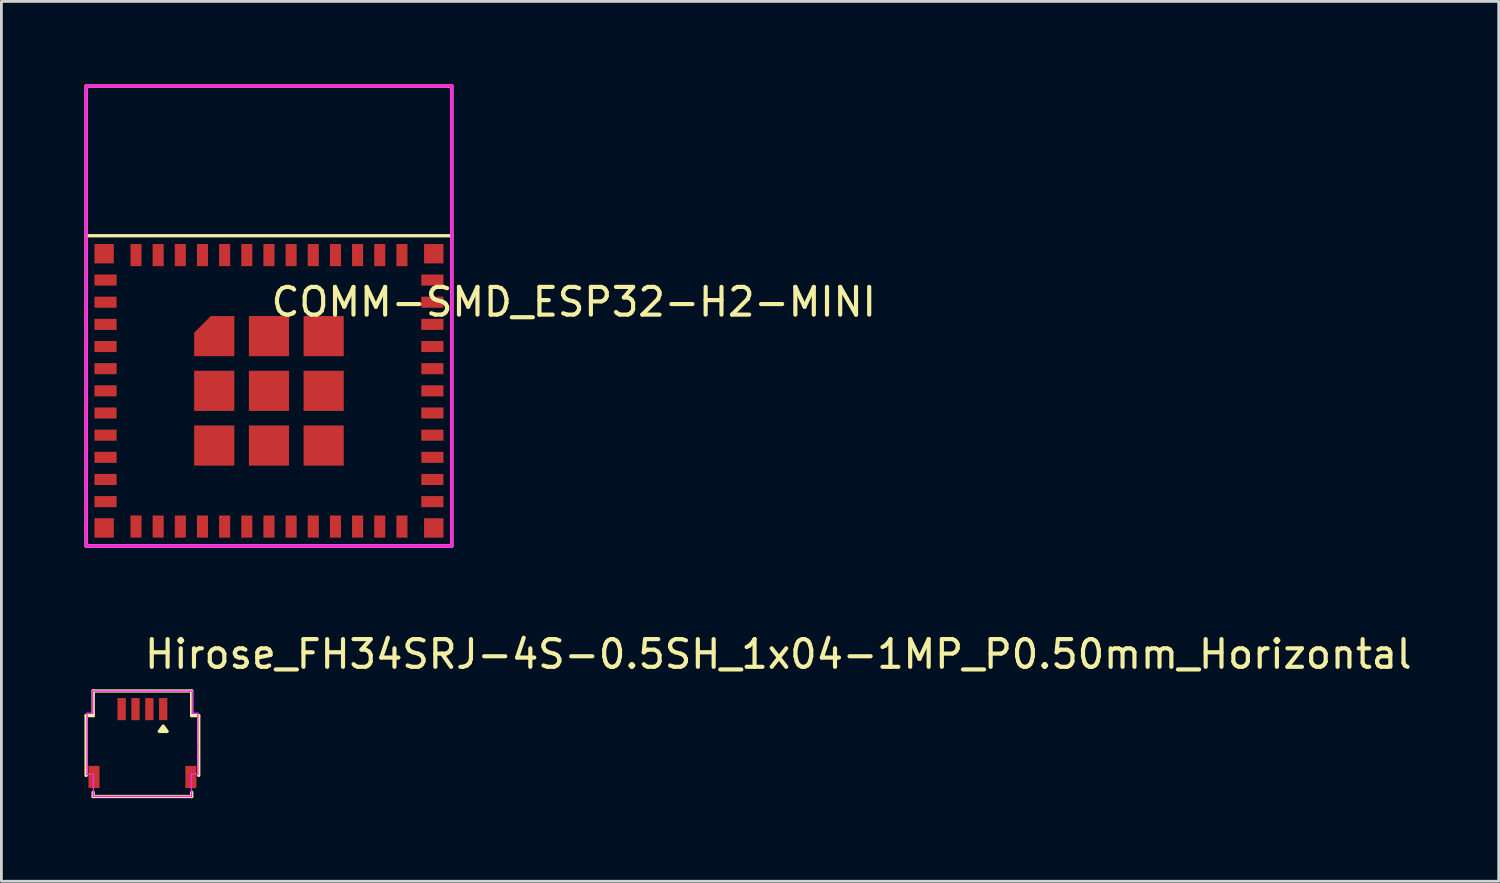
<source format=kicad_pcb>
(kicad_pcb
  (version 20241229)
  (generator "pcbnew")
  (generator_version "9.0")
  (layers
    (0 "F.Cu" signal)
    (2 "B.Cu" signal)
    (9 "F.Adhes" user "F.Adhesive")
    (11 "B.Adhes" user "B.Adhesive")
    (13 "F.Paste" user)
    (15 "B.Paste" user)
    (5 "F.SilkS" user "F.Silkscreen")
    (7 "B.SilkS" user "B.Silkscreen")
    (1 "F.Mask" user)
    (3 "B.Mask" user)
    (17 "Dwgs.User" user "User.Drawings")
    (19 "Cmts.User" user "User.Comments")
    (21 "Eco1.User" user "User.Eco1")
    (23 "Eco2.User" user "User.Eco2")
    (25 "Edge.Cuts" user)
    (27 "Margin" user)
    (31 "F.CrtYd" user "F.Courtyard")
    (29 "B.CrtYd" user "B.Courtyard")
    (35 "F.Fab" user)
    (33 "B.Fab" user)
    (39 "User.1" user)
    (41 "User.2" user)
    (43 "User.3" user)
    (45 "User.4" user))
  (footprint "COMM-SMD_ESP32-H2-MINI"
    (layer "F.Cu")
    (at 6.66 11.06)
    (property "Reference" "COMM-SMD_ESP32-H2-MINI" (at 0 -3.207 0) (layer "F.SilkS") (effects (font (size 1 1) (thickness 0.15)) (justify left)))
    (attr smd)
    (fp_line (start -6.6 -11) (end 6.6 -11) (stroke (width 0.12) (type solid)) (layer "F.SilkS"))
    (fp_line (start -6.6 5.6) (end -6.6 -11) (stroke (width 0.12) (type solid)) (layer "F.SilkS"))
    (fp_line (start -6.6 5.6) (end 6.6 5.6) (stroke (width 0.12) (type solid)) (layer "F.SilkS"))
    (fp_line (start 6.6 -5.6) (end -6.6 -5.6) (stroke (width 0.12) (type solid)) (layer "F.SilkS"))
    (fp_line (start 6.6 5.6) (end 6.6 -11) (stroke (width 0.12) (type solid)) (layer "F.SilkS"))
    (fp_line (start -6.6 -11) (end 6.6 -11) (stroke (width 0.12) (type solid)) (layer "F.CrtYd"))
    (fp_line (start -6.6 5.6) (end -6.6 -11) (stroke (width 0.12) (type solid)) (layer "F.CrtYd"))
    (fp_line (start 6.6 -11) (end 6.6 5.6) (stroke (width 0.12) (type solid)) (layer "F.CrtYd"))
    (fp_line (start 6.6 5.6) (end -6.6 5.6) (stroke (width 0.12) (type solid)) (layer "F.CrtYd"))
    (pad "1" smd rect (at -5.9 -4 90) (size 0.4 0.8) (layers "F.Cu" "F.Mask" "F.Paste"))
    (pad "2" smd rect (at -5.9 -3.2 90) (size 0.4 0.8) (layers "F.Cu" "F.Mask" "F.Paste"))
    (pad "3" smd rect (at -5.9 -2.4 90) (size 0.4 0.8) (layers "F.Cu" "F.Mask" "F.Paste"))
    (pad "4" smd rect (at -5.9 -1.6 90) (size 0.4 0.8) (layers "F.Cu" "F.Mask" "F.Paste"))
    (pad "5" smd rect (at -5.9 -0.8 90) (size 0.4 0.8) (layers "F.Cu" "F.Mask" "F.Paste"))
    (pad "6" smd rect (at -5.9 0 90) (size 0.4 0.8) (layers "F.Cu" "F.Mask" "F.Paste"))
    (pad "7" smd rect (at -5.9 0.8 90) (size 0.4 0.8) (layers "F.Cu" "F.Mask" "F.Paste"))
    (pad "8" smd rect (at -5.9 1.6 90) (size 0.4 0.8) (layers "F.Cu" "F.Mask" "F.Paste"))
    (pad "9" smd rect (at -5.9 2.4 90) (size 0.4 0.8) (layers "F.Cu" "F.Mask" "F.Paste"))
    (pad "10" smd rect (at -5.9 3.2 90) (size 0.4 0.8) (layers "F.Cu" "F.Mask" "F.Paste"))
    (pad "11" smd rect (at -5.9 4 90) (size 0.4 0.8) (layers "F.Cu" "F.Mask" "F.Paste"))
    (pad "12" smd rect (at -4.8 4.9 180) (size 0.4 0.8) (layers "F.Cu" "F.Mask" "F.Paste"))
    (pad "13" smd rect (at -4 4.9 180) (size 0.4 0.8) (layers "F.Cu" "F.Mask" "F.Paste"))
    (pad "14" smd rect (at -3.2 4.9 180) (size 0.4 0.8) (layers "F.Cu" "F.Mask" "F.Paste"))
    (pad "15" smd rect (at -2.4 4.9 180) (size 0.4 0.8) (layers "F.Cu" "F.Mask" "F.Paste"))
    (pad "16" smd rect (at -1.6 4.9 180) (size 0.4 0.8) (layers "F.Cu" "F.Mask" "F.Paste"))
    (pad "17" smd rect (at -0.8 4.9 180) (size 0.4 0.8) (layers "F.Cu" "F.Mask" "F.Paste"))
    (pad "18" smd rect (at 0 4.9 180) (size 0.4 0.8) (layers "F.Cu" "F.Mask" "F.Paste"))
    (pad "19" smd rect (at 0.8 4.9 180) (size 0.4 0.8) (layers "F.Cu" "F.Mask" "F.Paste"))
    (pad "20" smd rect (at 1.6 4.9 180) (size 0.4 0.8) (layers "F.Cu" "F.Mask" "F.Paste"))
    (pad "21" smd rect (at 2.4 4.9 180) (size 0.4 0.8) (layers "F.Cu" "F.Mask" "F.Paste"))
    (pad "22" smd rect (at 3.2 4.9 180) (size 0.4 0.8) (layers "F.Cu" "F.Mask" "F.Paste"))
    (pad "23" smd rect (at 4 4.9 180) (size 0.4 0.8) (layers "F.Cu" "F.Mask" "F.Paste"))
    (pad "24" smd rect (at 4.8 4.9 180) (size 0.4 0.8) (layers "F.Cu" "F.Mask" "F.Paste"))
    (pad "25" smd rect (at 5.9 4 270) (size 0.4 0.8) (layers "F.Cu" "F.Mask" "F.Paste"))
    (pad "26" smd rect (at 5.9 3.2 270) (size 0.4 0.8) (layers "F.Cu" "F.Mask" "F.Paste"))
    (pad "27" smd rect (at 5.9 2.4 270) (size 0.4 0.8) (layers "F.Cu" "F.Mask" "F.Paste"))
    (pad "28" smd rect (at 5.9 1.6 270) (size 0.4 0.8) (layers "F.Cu" "F.Mask" "F.Paste"))
    (pad "29" smd rect (at 5.9 0.8 270) (size 0.4 0.8) (layers "F.Cu" "F.Mask" "F.Paste"))
    (pad "30" smd rect (at 5.9 0 270) (size 0.4 0.8) (layers "F.Cu" "F.Mask" "F.Paste"))
    (pad "31" smd rect (at 5.9 -0.8 270) (size 0.4 0.8) (layers "F.Cu" "F.Mask" "F.Paste"))
    (pad "32" smd rect (at 5.9 -1.6 270) (size 0.4 0.8) (layers "F.Cu" "F.Mask" "F.Paste"))
    (pad "33" smd rect (at 5.9 -2.4 270) (size 0.4 0.8) (layers "F.Cu" "F.Mask" "F.Paste"))
    (pad "34" smd rect (at 5.9 -3.2 270) (size 0.4 0.8) (layers "F.Cu" "F.Mask" "F.Paste"))
    (pad "35" smd rect (at 5.9 -4 270) (size 0.4 0.8) (layers "F.Cu" "F.Mask" "F.Paste"))
    (pad "36" smd rect (at 4.8 -4.9) (size 0.4 0.8) (layers "F.Cu" "F.Mask" "F.Paste"))
    (pad "37" smd rect (at 4 -4.9) (size 0.4 0.8) (layers "F.Cu" "F.Mask" "F.Paste"))
    (pad "38" smd rect (at 3.2 -4.9) (size 0.4 0.8) (layers "F.Cu" "F.Mask" "F.Paste"))
    (pad "39" smd rect (at 2.4 -4.9) (size 0.4 0.8) (layers "F.Cu" "F.Mask" "F.Paste"))
    (pad "40" smd rect (at 1.6 -4.9) (size 0.4 0.8) (layers "F.Cu" "F.Mask" "F.Paste"))
    (pad "41" smd rect (at 0.8 -4.9) (size 0.4 0.8) (layers "F.Cu" "F.Mask" "F.Paste"))
    (pad "42" smd rect (at 0 -4.9) (size 0.4 0.8) (layers "F.Cu" "F.Mask" "F.Paste"))
    (pad "43" smd rect (at -0.8 -4.9) (size 0.4 0.8) (layers "F.Cu" "F.Mask" "F.Paste"))
    (pad "44" smd rect (at -1.6 -4.9) (size 0.4 0.8) (layers "F.Cu" "F.Mask" "F.Paste"))
    (pad "45" smd rect (at -2.4 -4.9) (size 0.4 0.8) (layers "F.Cu" "F.Mask" "F.Paste"))
    (pad "46" smd rect (at -3.2 -4.9) (size 0.4 0.8) (layers "F.Cu" "F.Mask" "F.Paste"))
    (pad "47" smd rect (at -4 -4.9) (size 0.4 0.8) (layers "F.Cu" "F.Mask" "F.Paste"))
    (pad "48" smd rect (at -4.8 -4.9) (size 0.4 0.8) (layers "F.Cu" "F.Mask" "F.Paste"))
    (pad "49" smd rect (at -1.975 0) (size 1.45 1.45) (layers "F.Cu" "F.Mask" "F.Paste"))
    (pad "49" smd rect (at -1.975 1.975) (size 1.45 1.45) (layers "F.Cu" "F.Mask" "F.Paste"))
    (pad "49" smd custom (at -1.854 -1.829) (size 0.057 0.025) (layers "F.Cu" "F.Mask" "F.Paste") (options (anchor rect)) (primitives (gr_poly (pts (xy -0.846 -0.271) (xy -0.246 -0.871) (xy 0.604 -0.871) (xy 0.604 0.579) (xy -0.846 0.579)) (width 0) (fill yes))))
    (pad "49" smd rect (at 0 -1.975) (size 1.45 1.45) (layers "F.Cu" "F.Mask" "F.Paste"))
    (pad "49" smd rect (at 0 0) (size 1.45 1.45) (layers "F.Cu" "F.Mask" "F.Paste"))
    (pad "49" smd rect (at 0 1.975) (size 1.45 1.45) (layers "F.Cu" "F.Mask" "F.Paste"))
    (pad "49" smd rect (at 1.975 -1.975) (size 1.45 1.45) (layers "F.Cu" "F.Mask" "F.Paste"))
    (pad "49" smd rect (at 1.975 0) (size 1.45 1.45) (layers "F.Cu" "F.Mask" "F.Paste"))
    (pad "49" smd rect (at 1.975 1.975) (size 1.45 1.45) (layers "F.Cu" "F.Mask" "F.Paste"))
    (pad "50" smd rect (at 5.95 -4.95) (size 0.7 0.7) (layers "F.Cu" "F.Mask" "F.Paste"))
    (pad "51" smd rect (at 5.95 4.95) (size 0.7 0.7) (layers "F.Cu" "F.Mask" "F.Paste"))
    (pad "52" smd rect (at -5.95 4.95) (size 0.7 0.7) (layers "F.Cu" "F.Mask" "F.Paste"))
    (pad "53" smd rect (at -5.95 -4.95) (size 0.7 0.7) (layers "F.Cu" "F.Mask" "F.Paste")))
  (footprint "Hirose_FH34SRJ-4S-0.5SH_1x04-1MP_P0.50mm_Horizontal"
    (layer "F.Cu")
    (at 2.092 23.775)
    (property "Reference" "Hirose_FH34SRJ-4S-0.5SH_1x04-1MP_P0.50mm_Horizontal" (at 0 -3.207 0) (layer "F.SilkS") (effects (font (size 1 1) (thickness 0.15)) (justify left)))
    (attr smd)
    (fp_line (start -2.032 -0.991) (end -2.032 1.168) (stroke (width 0.12) (type solid)) (layer "F.SilkS"))
    (fp_line (start -1.778 -1.88) (end -1.778 -0.991) (stroke (width 0.12) (type solid)) (layer "F.SilkS"))
    (fp_line (start -1.778 -0.991) (end -2.032 -0.991) (stroke (width 0.12) (type solid)) (layer "F.SilkS"))
    (fp_line (start -1.778 1.93) (end -1.778 1.779) (stroke (width 0.12) (type solid)) (layer "F.SilkS"))
    (fp_line (start -1.778 1.93) (end 1.778 1.93) (stroke (width 0.12) (type solid)) (layer "F.SilkS"))
    (fp_line (start 1.778 -1.88) (end -1.778 -1.88) (stroke (width 0.12) (type solid)) (layer "F.SilkS"))
    (fp_line (start 1.778 -0.991) (end 1.778 -1.88) (stroke (width 0.12) (type solid)) (layer "F.SilkS"))
    (fp_line (start 1.778 1.93) (end 1.778 1.779) (stroke (width 0.12) (type solid)) (layer "F.SilkS"))
    (fp_line (start 2.032 -0.991) (end 1.778 -0.991) (stroke (width 0.12) (type solid)) (layer "F.SilkS"))
    (fp_line (start 2.032 1.168) (end 2.032 -0.991) (stroke (width 0.12) (type solid)) (layer "F.SilkS"))
    (fp_poly (pts (xy 0.749 -0.61) (xy 0.889 -0.42) (xy 0.609 -0.42) (xy 0.749 -0.61)) (stroke (width 0.12) (type solid)) (fill yes) (layer "F.SilkS"))
    (fp_circle (center 2 -1.875) (end 2.03 -1.875) (stroke (width 0.06) (type solid)) (fill no) (layer "Eco2.User"))
    (fp_poly (pts (xy -1.765 0.975) (xy -1.615 0.975) (xy -1.615 1.475) (xy -1.765 1.475)) (stroke (width 0.12) (type solid)) (fill no) (layer "Eco2.User"))
    (fp_poly (pts (xy -0.825 -1.425) (xy -0.675 -1.425) (xy -0.675 -0.925) (xy -0.825 -0.925)) (stroke (width 0.12) (type solid)) (fill no) (layer "Eco2.User"))
    (fp_poly (pts (xy -0.325 -1.425) (xy -0.175 -1.425) (xy -0.175 -0.925) (xy -0.325 -0.925)) (stroke (width 0.12) (type solid)) (fill no) (layer "Eco2.User"))
    (fp_poly (pts (xy 0.175 -1.425) (xy 0.325 -1.425) (xy 0.325 -0.925) (xy 0.175 -0.925)) (stroke (width 0.12) (type solid)) (fill no) (layer "Eco2.User"))
    (fp_poly (pts (xy 0.675 -1.425) (xy 0.825 -1.425) (xy 0.825 -0.925) (xy 0.675 -0.925)) (stroke (width 0.12) (type solid)) (fill no) (layer "Eco2.User"))
    (fp_poly (pts (xy 1.615 0.975) (xy 1.765 0.975) (xy 1.765 1.475) (xy 1.615 1.475)) (stroke (width 0.12) (type solid)) (fill no) (layer "Eco2.User"))
    (fp_line (start -2 -1.075) (end -1.8 -1.075) (stroke (width 0.05) (type solid)) (layer "F.CrtYd"))
    (fp_line (start -2 1.125) (end -2 -1.075) (stroke (width 0.05) (type solid)) (layer "F.CrtYd"))
    (fp_line (start -1.8 -1.875) (end 1.8 -1.875) (stroke (width 0.05) (type solid)) (layer "F.CrtYd"))
    (fp_line (start -1.8 -1.075) (end -1.8 -1.875) (stroke (width 0.05) (type solid)) (layer "F.CrtYd"))
    (fp_line (start -1.771 1.925) (end -1.77 1.125) (stroke (width 0.05) (type solid)) (layer "F.CrtYd"))
    (fp_line (start -1.77 1.125) (end -2 1.125) (stroke (width 0.05) (type solid)) (layer "F.CrtYd"))
    (fp_line (start 1.77 1.125) (end 1.77 1.925) (stroke (width 0.05) (type solid)) (layer "F.CrtYd"))
    (fp_line (start 1.77 1.925) (end -1.771 1.925) (stroke (width 0.05) (type solid)) (layer "F.CrtYd"))
    (fp_line (start 1.8 -1.875) (end 1.8 -1.075) (stroke (width 0.05) (type solid)) (layer "F.CrtYd"))
    (fp_line (start 1.8 -1.075) (end 2 -1.075) (stroke (width 0.05) (type solid)) (layer "F.CrtYd"))
    (fp_line (start 2 -1.075) (end 2 0.053) (stroke (width 0.05) (type solid)) (layer "F.CrtYd"))
    (fp_line (start 2 0.053) (end 2 1.126) (stroke (width 0.05) (type solid)) (layer "F.CrtYd"))
    (fp_line (start 2 1.126) (end 1.77 1.125) (stroke (width 0.05) (type solid)) (layer "F.CrtYd"))
    (pad "1" smd rect (at 0.75 -1.225) (size 0.3 0.8) (layers "F.Cu" "F.Mask" "F.Paste"))
    (pad "2" smd rect (at 0.25 -1.225) (size 0.3 0.8) (layers "F.Cu" "F.Mask" "F.Paste"))
    (pad "3" smd rect (at -0.25 -1.225) (size 0.3 0.8) (layers "F.Cu" "F.Mask" "F.Paste"))
    (pad "4" smd rect (at -0.75 -1.225) (size 0.3 0.8) (layers "F.Cu" "F.Mask" "F.Paste"))
    (pad "MP" smd rect (at -1.75 1.225) (size 0.4 0.8) (layers "F.Cu" "F.Mask" "F.Paste"))
    (pad "MP" smd rect (at 1.75 1.225) (size 0.4 0.8) (layers "F.Cu" "F.Mask" "F.Paste")))
  (gr_rect
    (start -3 -3)
    (end 51.056 28.765)
    (stroke (width 0.1) (type default))
    (fill no)
    (layer "Edge.Cuts")))
</source>
